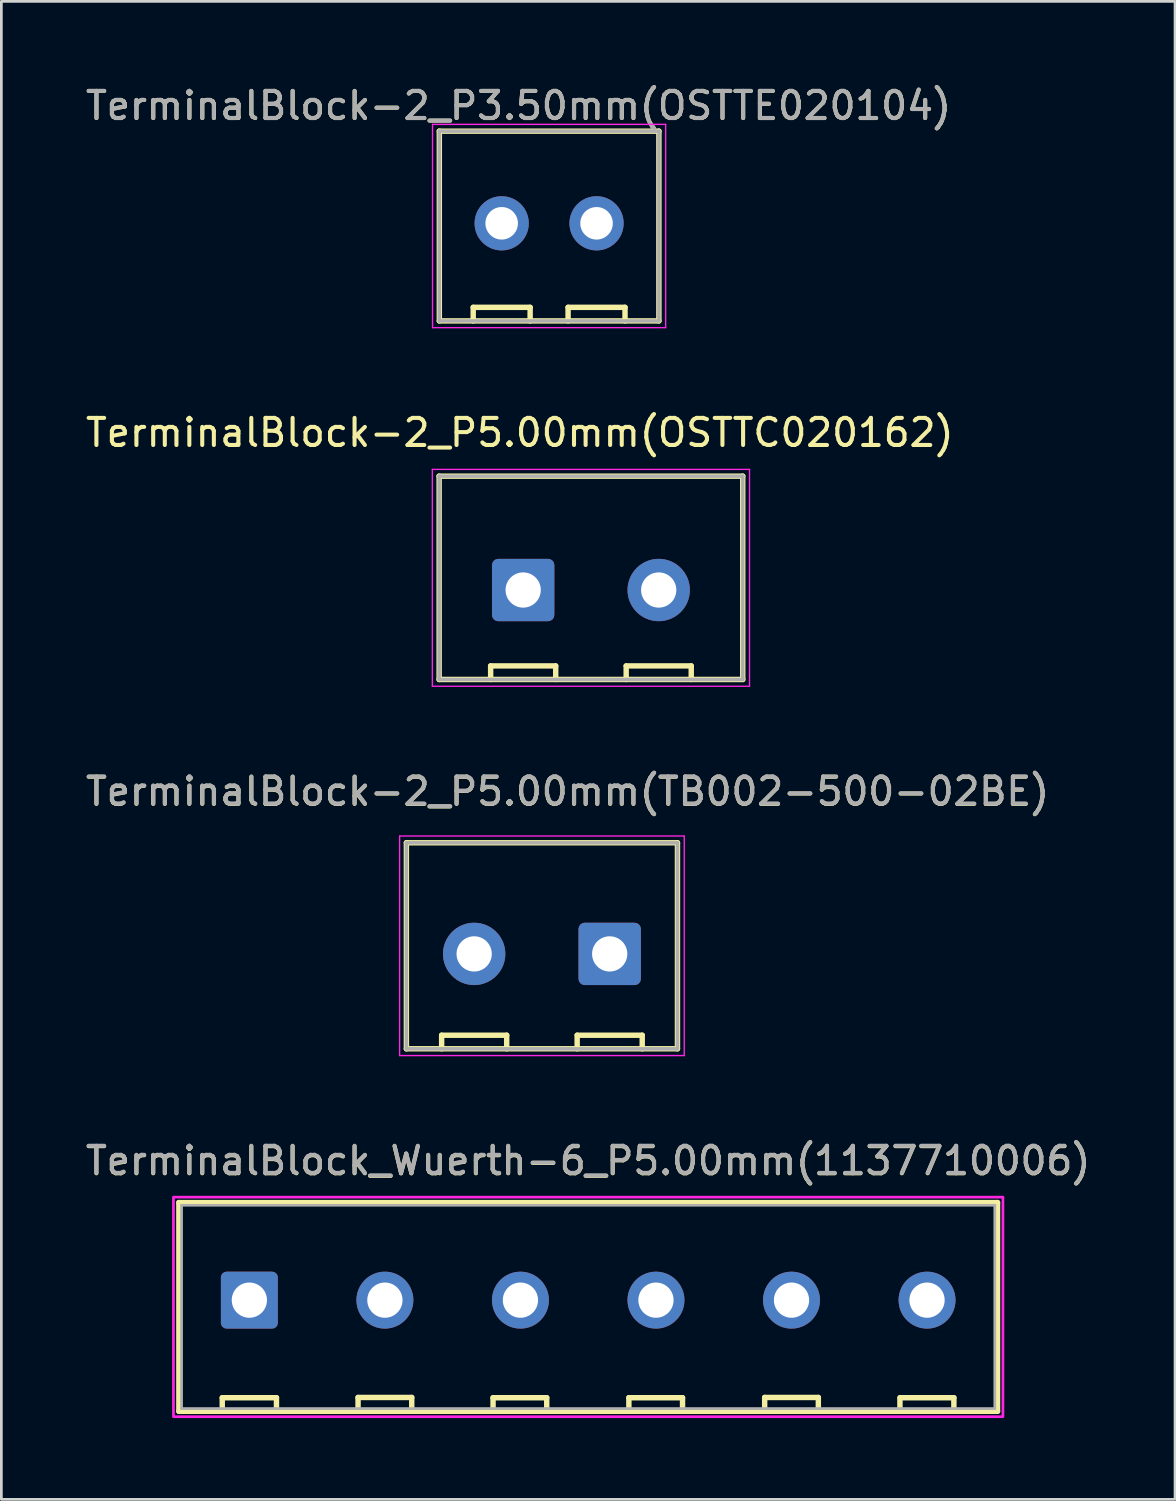
<source format=kicad_pcb>
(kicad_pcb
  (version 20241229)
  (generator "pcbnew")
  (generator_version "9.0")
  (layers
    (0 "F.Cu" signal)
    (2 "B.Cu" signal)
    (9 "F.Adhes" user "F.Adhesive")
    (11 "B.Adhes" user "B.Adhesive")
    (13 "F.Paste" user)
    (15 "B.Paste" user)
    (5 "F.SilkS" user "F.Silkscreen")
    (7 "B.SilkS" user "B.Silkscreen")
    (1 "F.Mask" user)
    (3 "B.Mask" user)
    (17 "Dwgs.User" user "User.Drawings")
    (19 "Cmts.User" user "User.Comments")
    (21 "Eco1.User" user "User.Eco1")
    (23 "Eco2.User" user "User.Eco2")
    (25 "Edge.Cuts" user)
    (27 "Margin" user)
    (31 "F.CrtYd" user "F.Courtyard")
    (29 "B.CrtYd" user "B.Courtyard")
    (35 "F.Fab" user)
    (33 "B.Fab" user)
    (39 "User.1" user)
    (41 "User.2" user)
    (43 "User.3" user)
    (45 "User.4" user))
  (footprint "TerminalBlock_Wuerth-6_P5.00mm(1137710006)"
    (layer "F.Cu")
    (at 18.649 44.913)
    (property "Reference" "TerminalBlock_Wuerth-6_P5.00mm(1137710006)" (at 0 -5.135 0) (layer "F.SilkS") (effects (font (size 1 1) (thickness 0.15))))
    (attr through_hole)
    (fp_line (start -15.1 -3.6) (end 15.1 -3.6) (stroke (width 0.2) (type solid)) (layer "F.SilkS"))
    (fp_line (start -15.1 4.1) (end -15.1 -3.6) (stroke (width 0.2) (type solid)) (layer "F.SilkS"))
    (fp_line (start -13.5 3.6) (end -13.5 4.1) (stroke (width 0.2) (type solid)) (layer "F.SilkS"))
    (fp_line (start -13.5 3.6) (end -11.5 3.6) (stroke (width 0.2) (type solid)) (layer "F.SilkS"))
    (fp_line (start -11.5 3.6) (end -11.5 4.1) (stroke (width 0.2) (type solid)) (layer "F.SilkS"))
    (fp_line (start -8.49 3.59) (end -8.49 4.1) (stroke (width 0.2) (type solid)) (layer "F.SilkS"))
    (fp_line (start -8.49 3.59) (end -6.51 3.59) (stroke (width 0.2) (type solid)) (layer "F.SilkS"))
    (fp_line (start -6.51 3.59) (end -6.51 4.1) (stroke (width 0.2) (type solid)) (layer "F.SilkS"))
    (fp_line (start -3.51 3.6) (end -3.51 4.1) (stroke (width 0.2) (type solid)) (layer "F.SilkS"))
    (fp_line (start -3.51 3.6) (end -1.53 3.6) (stroke (width 0.2) (type solid)) (layer "F.SilkS"))
    (fp_line (start -1.53 3.6) (end -1.53 4.1) (stroke (width 0.2) (type solid)) (layer "F.SilkS"))
    (fp_line (start 1.5 3.6) (end 1.5 4.1) (stroke (width 0.2) (type solid)) (layer "F.SilkS"))
    (fp_line (start 1.5 3.6) (end 3.48 3.6) (stroke (width 0.2) (type solid)) (layer "F.SilkS"))
    (fp_line (start 3.48 3.6) (end 3.48 4.1) (stroke (width 0.2) (type solid)) (layer "F.SilkS"))
    (fp_line (start 6.51 3.59) (end 6.51 4.1) (stroke (width 0.2) (type solid)) (layer "F.SilkS"))
    (fp_line (start 6.51 3.59) (end 8.49 3.59) (stroke (width 0.2) (type solid)) (layer "F.SilkS"))
    (fp_line (start 8.49 3.59) (end 8.49 4.1) (stroke (width 0.2) (type solid)) (layer "F.SilkS"))
    (fp_line (start 11.5 3.6) (end 11.5 4.1) (stroke (width 0.2) (type solid)) (layer "F.SilkS"))
    (fp_line (start 11.51 3.6) (end 13.49 3.6) (stroke (width 0.2) (type solid)) (layer "F.SilkS"))
    (fp_line (start 13.49 3.6) (end 13.49 4.1) (stroke (width 0.2) (type solid)) (layer "F.SilkS"))
    (fp_line (start 15.1 -3.6) (end 15.1 4.1) (stroke (width 0.2) (type solid)) (layer "F.SilkS"))
    (fp_line (start 15.1 4.1) (end -15.1 4.1) (stroke (width 0.2) (type solid)) (layer "F.SilkS"))
    (fp_poly (pts (xy -15.3 -3.8) (xy 15.3 -3.8) (xy 15.3 4.3) (xy -15.3 4.3)) (stroke (width 0.1) (type solid)) (fill no) (layer "F.CrtYd"))
    (fp_line (start -15 -3.5) (end 15 -3.5) (stroke (width 0.1) (type solid)) (layer "F.Fab"))
    (fp_line (start -15 4) (end -15 -3.5) (stroke (width 0.1) (type solid)) (layer "F.Fab"))
    (fp_line (start 15 -3.5) (end 15 4) (stroke (width 0.1) (type solid)) (layer "F.Fab"))
    (fp_line (start 15 4) (end -15 4) (stroke (width 0.1) (type solid)) (layer "F.Fab"))
    (fp_text user "${REFERENCE}" (at 0 -5.15 0) (unlocked yes) (layer "F.Fab") (effects (font (size 1 1) (thickness 0.15))))
    (pad "1" thru_hole roundrect (at -12.5 0) (size 2.1 2.1) (drill 1.3) (layers "*.Cu" "B.Mask") (roundrect_rratio 0.1))
    (pad "2" thru_hole circle (at -7.5 0) (size 2.1 2.1) (drill 1.3) (layers "*.Cu" "B.Mask"))
    (pad "3" thru_hole circle (at -2.5 0) (size 2.1 2.1) (drill 1.3) (layers "*.Cu" "B.Mask"))
    (pad "4" thru_hole circle (at 2.5 0) (size 2.1 2.1) (drill 1.3) (layers "*.Cu" "B.Mask"))
    (pad "5" thru_hole circle (at 7.5 0) (size 2.1 2.1) (drill 1.3) (layers "*.Cu" "B.Mask"))
    (pad "6" thru_hole circle (at 12.5 0) (size 2.1 2.1) (drill 1.3) (layers "*.Cu" "B.Mask")))
  (footprint "TerminalBlock-2_P5.00mm(OSTTC020162)"
    (layer "F.Cu")
    (at 18.75 18.716)
    (property "Reference" "TerminalBlock-2_P5.00mm(OSTTC020162)" (at -2.625 -5.805 0) (layer "F.SilkS") (effects (font (size 1 1) (thickness 0.15))))
    (attr through_hole)
    (fp_line (start -5.6 -4.2) (end -5.6 3.3) (stroke (width 0.2) (type solid)) (layer "F.SilkS"))
    (fp_line (start -5.6 -4.2) (end 5.6 -4.2) (stroke (width 0.2) (type solid)) (layer "F.SilkS"))
    (fp_line (start -5.6 3.3) (end 5.6 3.3) (stroke (width 0.2) (type solid)) (layer "F.SilkS"))
    (fp_line (start -3.7 2.8) (end -1.3 2.8) (stroke (width 0.2) (type solid)) (layer "F.SilkS"))
    (fp_line (start -3.7 3.3) (end -3.7 2.8) (stroke (width 0.2) (type solid)) (layer "F.SilkS"))
    (fp_line (start -1.3 2.8) (end -1.3 3.3) (stroke (width 0.2) (type solid)) (layer "F.SilkS"))
    (fp_line (start 1.3 2.8) (end 3.7 2.8) (stroke (width 0.2) (type solid)) (layer "F.SilkS"))
    (fp_line (start 1.3 3.3) (end 1.3 2.8) (stroke (width 0.2) (type solid)) (layer "F.SilkS"))
    (fp_line (start 3.7 2.8) (end 3.7 3.3) (stroke (width 0.2) (type solid)) (layer "F.SilkS"))
    (fp_line (start 5.6 -4.2) (end 5.6 3.3) (stroke (width 0.2) (type solid)) (layer "F.SilkS"))
    (fp_line (start -5.85 -4.45) (end 5.85 -4.45) (stroke (width 0.05) (type solid)) (layer "F.CrtYd"))
    (fp_line (start -5.85 3.55) (end -5.85 -4.45) (stroke (width 0.05) (type solid)) (layer "F.CrtYd"))
    (fp_line (start 5.85 -4.45) (end 5.85 3.55) (stroke (width 0.05) (type solid)) (layer "F.CrtYd"))
    (fp_line (start 5.85 3.55) (end -5.85 3.55) (stroke (width 0.05) (type solid)) (layer "F.CrtYd"))
    (fp_line (start -5.6 -4.2) (end -5.6 3.3) (stroke (width 0.127) (type solid)) (layer "F.Fab"))
    (fp_line (start -5.6 -4.2) (end 5.6 -4.2) (stroke (width 0.127) (type solid)) (layer "F.Fab"))
    (fp_line (start -5.6 3.3) (end 5.6 3.3) (stroke (width 0.127) (type solid)) (layer "F.Fab"))
    (fp_line (start 5.6 -4.2) (end 5.6 3.3) (stroke (width 0.127) (type solid)) (layer "F.Fab"))
    (pad "1" thru_hole roundrect (at -2.5 0) (size 2.3 2.3) (drill 1.3) (layers "*.Cu" "B.Mask") (roundrect_rratio 0.1))
    (pad "2" thru_hole circle (at 2.5 0) (size 2.3 2.3) (drill 1.3) (layers "*.Cu" "B.Mask")))
  (footprint "TerminalBlock-2_P3.50mm(OSTTE020104)"
    (layer "F.Cu")
    (at 17.207 5.188)
    (property "Reference" "TerminalBlock-2_P3.50mm(OSTTE020104)" (at -1.126 -4.338 0) (layer "F.SilkS") (effects (font (size 1 1) (thickness 0.15))))
    (attr through_hole)
    (fp_line (start -4.05 -3.4) (end 4.05 -3.4) (stroke (width 0.2) (type solid)) (layer "F.SilkS"))
    (fp_line (start -4.05 3.6) (end -4.05 -3.4) (stroke (width 0.2) (type solid)) (layer "F.SilkS"))
    (fp_line (start -2.8 3.1) (end -0.7 3.1) (stroke (width 0.2) (type solid)) (layer "F.SilkS"))
    (fp_line (start -2.8 3.6) (end -2.8 3.1) (stroke (width 0.2) (type solid)) (layer "F.SilkS"))
    (fp_line (start -0.7 3.1) (end -0.7 3.6) (stroke (width 0.2) (type solid)) (layer "F.SilkS"))
    (fp_line (start 0.7 3.1) (end 2.8 3.1) (stroke (width 0.2) (type solid)) (layer "F.SilkS"))
    (fp_line (start 0.7 3.6) (end 0.7 3.1) (stroke (width 0.2) (type solid)) (layer "F.SilkS"))
    (fp_line (start 2.8 3.1) (end 2.8 3.6) (stroke (width 0.2) (type solid)) (layer "F.SilkS"))
    (fp_line (start 4.05 -3.4) (end 4.05 3.6) (stroke (width 0.2) (type solid)) (layer "F.SilkS"))
    (fp_line (start 4.05 3.6) (end -4.05 3.6) (stroke (width 0.2) (type solid)) (layer "F.SilkS"))
    (fp_line (start -4.3 -3.65) (end 4.3 -3.65) (stroke (width 0.05) (type solid)) (layer "F.CrtYd"))
    (fp_line (start -4.3 3.85) (end -4.3 -3.65) (stroke (width 0.05) (type solid)) (layer "F.CrtYd"))
    (fp_line (start 4.3 -3.65) (end 4.3 3.85) (stroke (width 0.05) (type solid)) (layer "F.CrtYd"))
    (fp_line (start 4.3 3.85) (end -4.3 3.85) (stroke (width 0.05) (type solid)) (layer "F.CrtYd"))
    (fp_line (start -4.05 -3.4) (end 4.05 -3.4) (stroke (width 0.127) (type solid)) (layer "F.Fab"))
    (fp_line (start -4.05 3.6) (end -4.05 -3.4) (stroke (width 0.127) (type solid)) (layer "F.Fab"))
    (fp_line (start 4.05 -3.4) (end 4.05 3.6) (stroke (width 0.127) (type solid)) (layer "F.Fab"))
    (fp_line (start 4.05 3.6) (end -4.05 3.6) (stroke (width 0.127) (type solid)) (layer "F.Fab"))
    (fp_text user "${REFERENCE}" (at -1.13 -4.34 0) (unlocked yes) (layer "F.Fab") (effects (font (size 1 1) (thickness 0.15))))
    (pad "1" thru_hole circle (at -1.75 0) (size 2 2) (drill 1.2) (layers "*.Cu" "B.Mask"))
    (pad "2" thru_hole circle (at 1.75 0) (size 2 2) (drill 1.2) (layers "*.Cu" "B.Mask")))
  (footprint "TerminalBlock-2_P5.00mm(TB002-500-02BE)"
    (layer "F.Cu")
    (at 16.942 32.14)
    (property "Reference" "TerminalBlock-2_P5.00mm(TB002-500-02BE)" (at 0.945 -5.989 0) (layer "F.SilkS") (effects (font (size 1 1) (thickness 0.15))))
    (attr through_hole)
    (fp_line (start -5 -4.1) (end 5 -4.1) (stroke (width 0.2) (type solid)) (layer "F.SilkS"))
    (fp_line (start -5 3.5) (end -5 -4.1) (stroke (width 0.2) (type solid)) (layer "F.SilkS"))
    (fp_line (start -3.7 3) (end -1.3 3) (stroke (width 0.2) (type solid)) (layer "F.SilkS"))
    (fp_line (start -3.7 3.5) (end -3.7 3) (stroke (width 0.2) (type solid)) (layer "F.SilkS"))
    (fp_line (start -1.3 3) (end -1.3 3.5) (stroke (width 0.2) (type solid)) (layer "F.SilkS"))
    (fp_line (start 1.3 3) (end 3.7 3) (stroke (width 0.2) (type solid)) (layer "F.SilkS"))
    (fp_line (start 1.3 3.5) (end 1.3 3) (stroke (width 0.2) (type solid)) (layer "F.SilkS"))
    (fp_line (start 3.7 3) (end 3.7 3.5) (stroke (width 0.2) (type solid)) (layer "F.SilkS"))
    (fp_line (start 5 -4.1) (end 5 3.5) (stroke (width 0.2) (type solid)) (layer "F.SilkS"))
    (fp_line (start 5 3.5) (end -5 3.5) (stroke (width 0.2) (type solid)) (layer "F.SilkS"))
    (fp_line (start -5.25 -4.35) (end 5.25 -4.35) (stroke (width 0.05) (type solid)) (layer "F.CrtYd"))
    (fp_line (start -5.25 3.75) (end -5.25 -4.35) (stroke (width 0.05) (type solid)) (layer "F.CrtYd"))
    (fp_line (start 5.25 -4.35) (end 5.25 3.75) (stroke (width 0.05) (type solid)) (layer "F.CrtYd"))
    (fp_line (start 5.25 3.75) (end -5.25 3.75) (stroke (width 0.05) (type solid)) (layer "F.CrtYd"))
    (fp_line (start -5 -4.1) (end 5 -4.1) (stroke (width 0.127) (type solid)) (layer "F.Fab"))
    (fp_line (start -5 3.5) (end -5 -4.1) (stroke (width 0.127) (type solid)) (layer "F.Fab"))
    (fp_line (start 5 -4.1) (end 5 3.5) (stroke (width 0.127) (type solid)) (layer "F.Fab"))
    (fp_line (start 5 3.5) (end -5 3.5) (stroke (width 0.127) (type solid)) (layer "F.Fab"))
    (fp_text user "${REFERENCE}" (at 0.95 -6 0) (unlocked yes) (layer "F.Fab") (effects (font (size 1 1) (thickness 0.15))))
    (pad "1" thru_hole roundrect (at 2.5 0 180) (size 2.3 2.3) (drill 1.3) (layers "*.Cu" "B.Mask") (roundrect_rratio 0.1))
    (pad "2" thru_hole circle (at -2.5 0 180) (size 2.3 2.3) (drill 1.3) (layers "*.Cu" "B.Mask")))
  (gr_rect
    (start -3 -3)
    (end 40.298 52.263)
    (stroke (width 0.1) (type default))
    (fill no)
    (layer "Edge.Cuts")))
</source>
